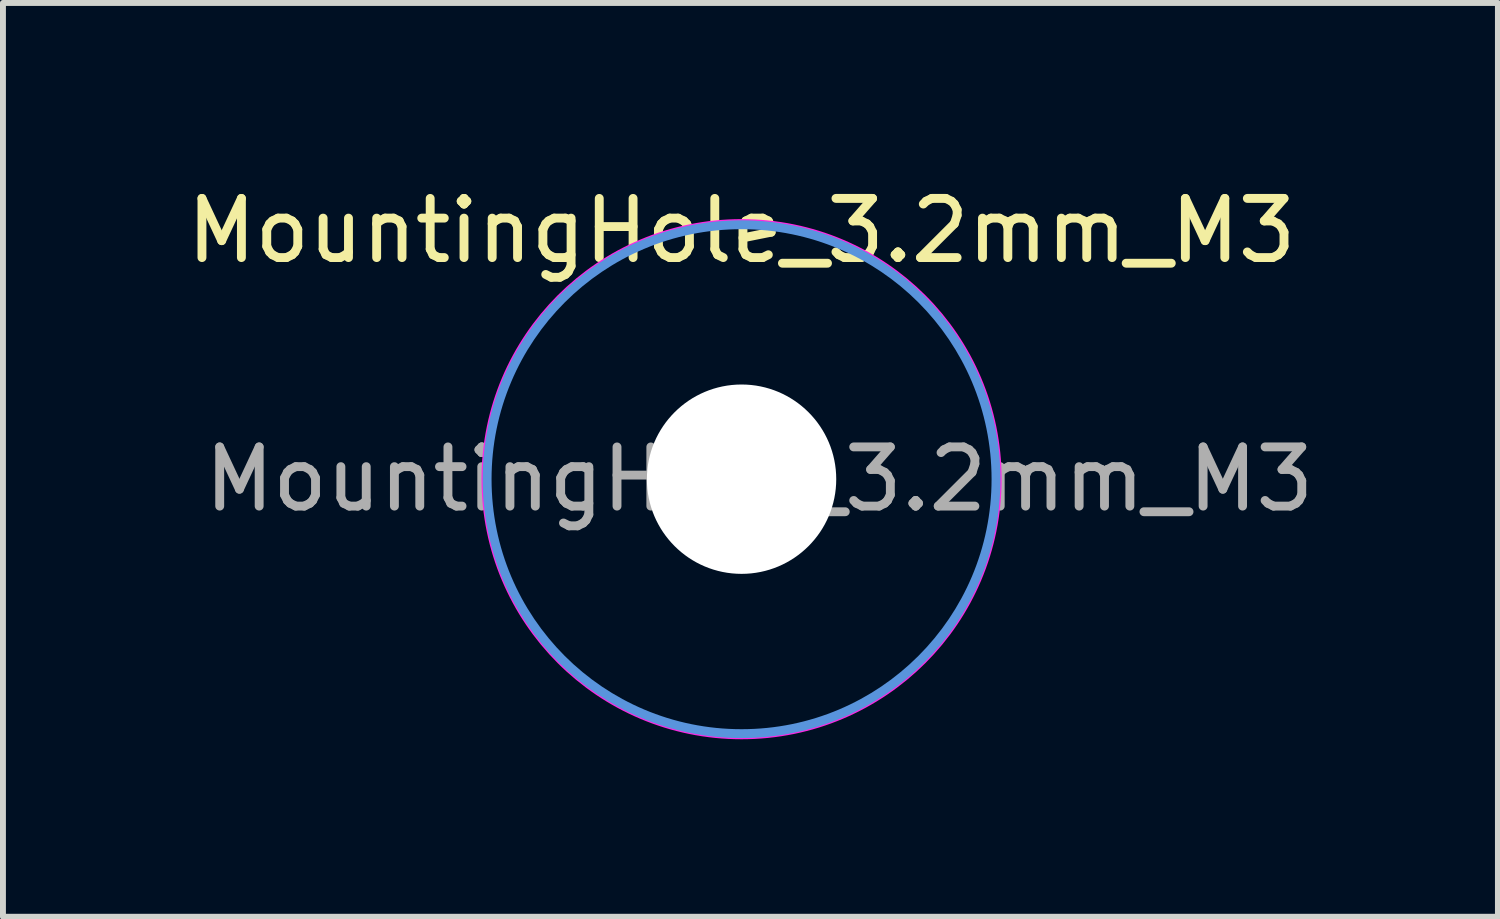
<source format=kicad_pcb>
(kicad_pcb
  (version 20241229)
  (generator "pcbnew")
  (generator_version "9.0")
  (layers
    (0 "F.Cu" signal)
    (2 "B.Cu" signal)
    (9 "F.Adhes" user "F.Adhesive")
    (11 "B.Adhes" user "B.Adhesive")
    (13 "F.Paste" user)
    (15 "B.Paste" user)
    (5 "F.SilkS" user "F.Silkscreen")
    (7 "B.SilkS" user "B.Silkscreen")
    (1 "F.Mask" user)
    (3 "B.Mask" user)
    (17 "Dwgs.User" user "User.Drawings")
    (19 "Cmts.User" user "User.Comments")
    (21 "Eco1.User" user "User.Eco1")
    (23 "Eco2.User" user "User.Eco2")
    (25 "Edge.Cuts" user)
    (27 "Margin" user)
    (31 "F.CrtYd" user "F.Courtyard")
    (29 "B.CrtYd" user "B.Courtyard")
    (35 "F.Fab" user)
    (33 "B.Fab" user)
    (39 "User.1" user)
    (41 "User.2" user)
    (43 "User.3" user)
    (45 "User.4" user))
  (footprint "MountingHole_3.2mm_M3"
    (layer "F.Cu")
    (at 9.482 5.048)
    (property "Reference" "MountingHole_3.2mm_M3" (at 0 -4.2 0) (layer "F.SilkS") (effects (font (size 1 1) (thickness 0.15))))
    (attr exclude_from_pos_files exclude_from_bom)
    (fp_circle (center 0 0) (end 4.3 0) (stroke (width 0.15) (type solid)) (fill no) (layer "Cmts.User"))
    (fp_circle (center 0 0) (end 4.37 0) (stroke (width 0.05) (type solid)) (fill no) (layer "F.CrtYd"))
    (fp_text user "${REFERENCE}" (at 0.3 0 0) (layer "F.Fab") (effects (font (size 1 1) (thickness 0.15))))
    (pad "" np_thru_hole circle (at 0 0) (size 3.2 3.2) (drill 3.2) (layers "*.Cu" "*.Mask")))
  (gr_rect
    (start -3 -3)
    (end 22.264 12.443)
    (stroke (width 0.1) (type default))
    (fill no)
    (layer "Edge.Cuts")))
</source>
